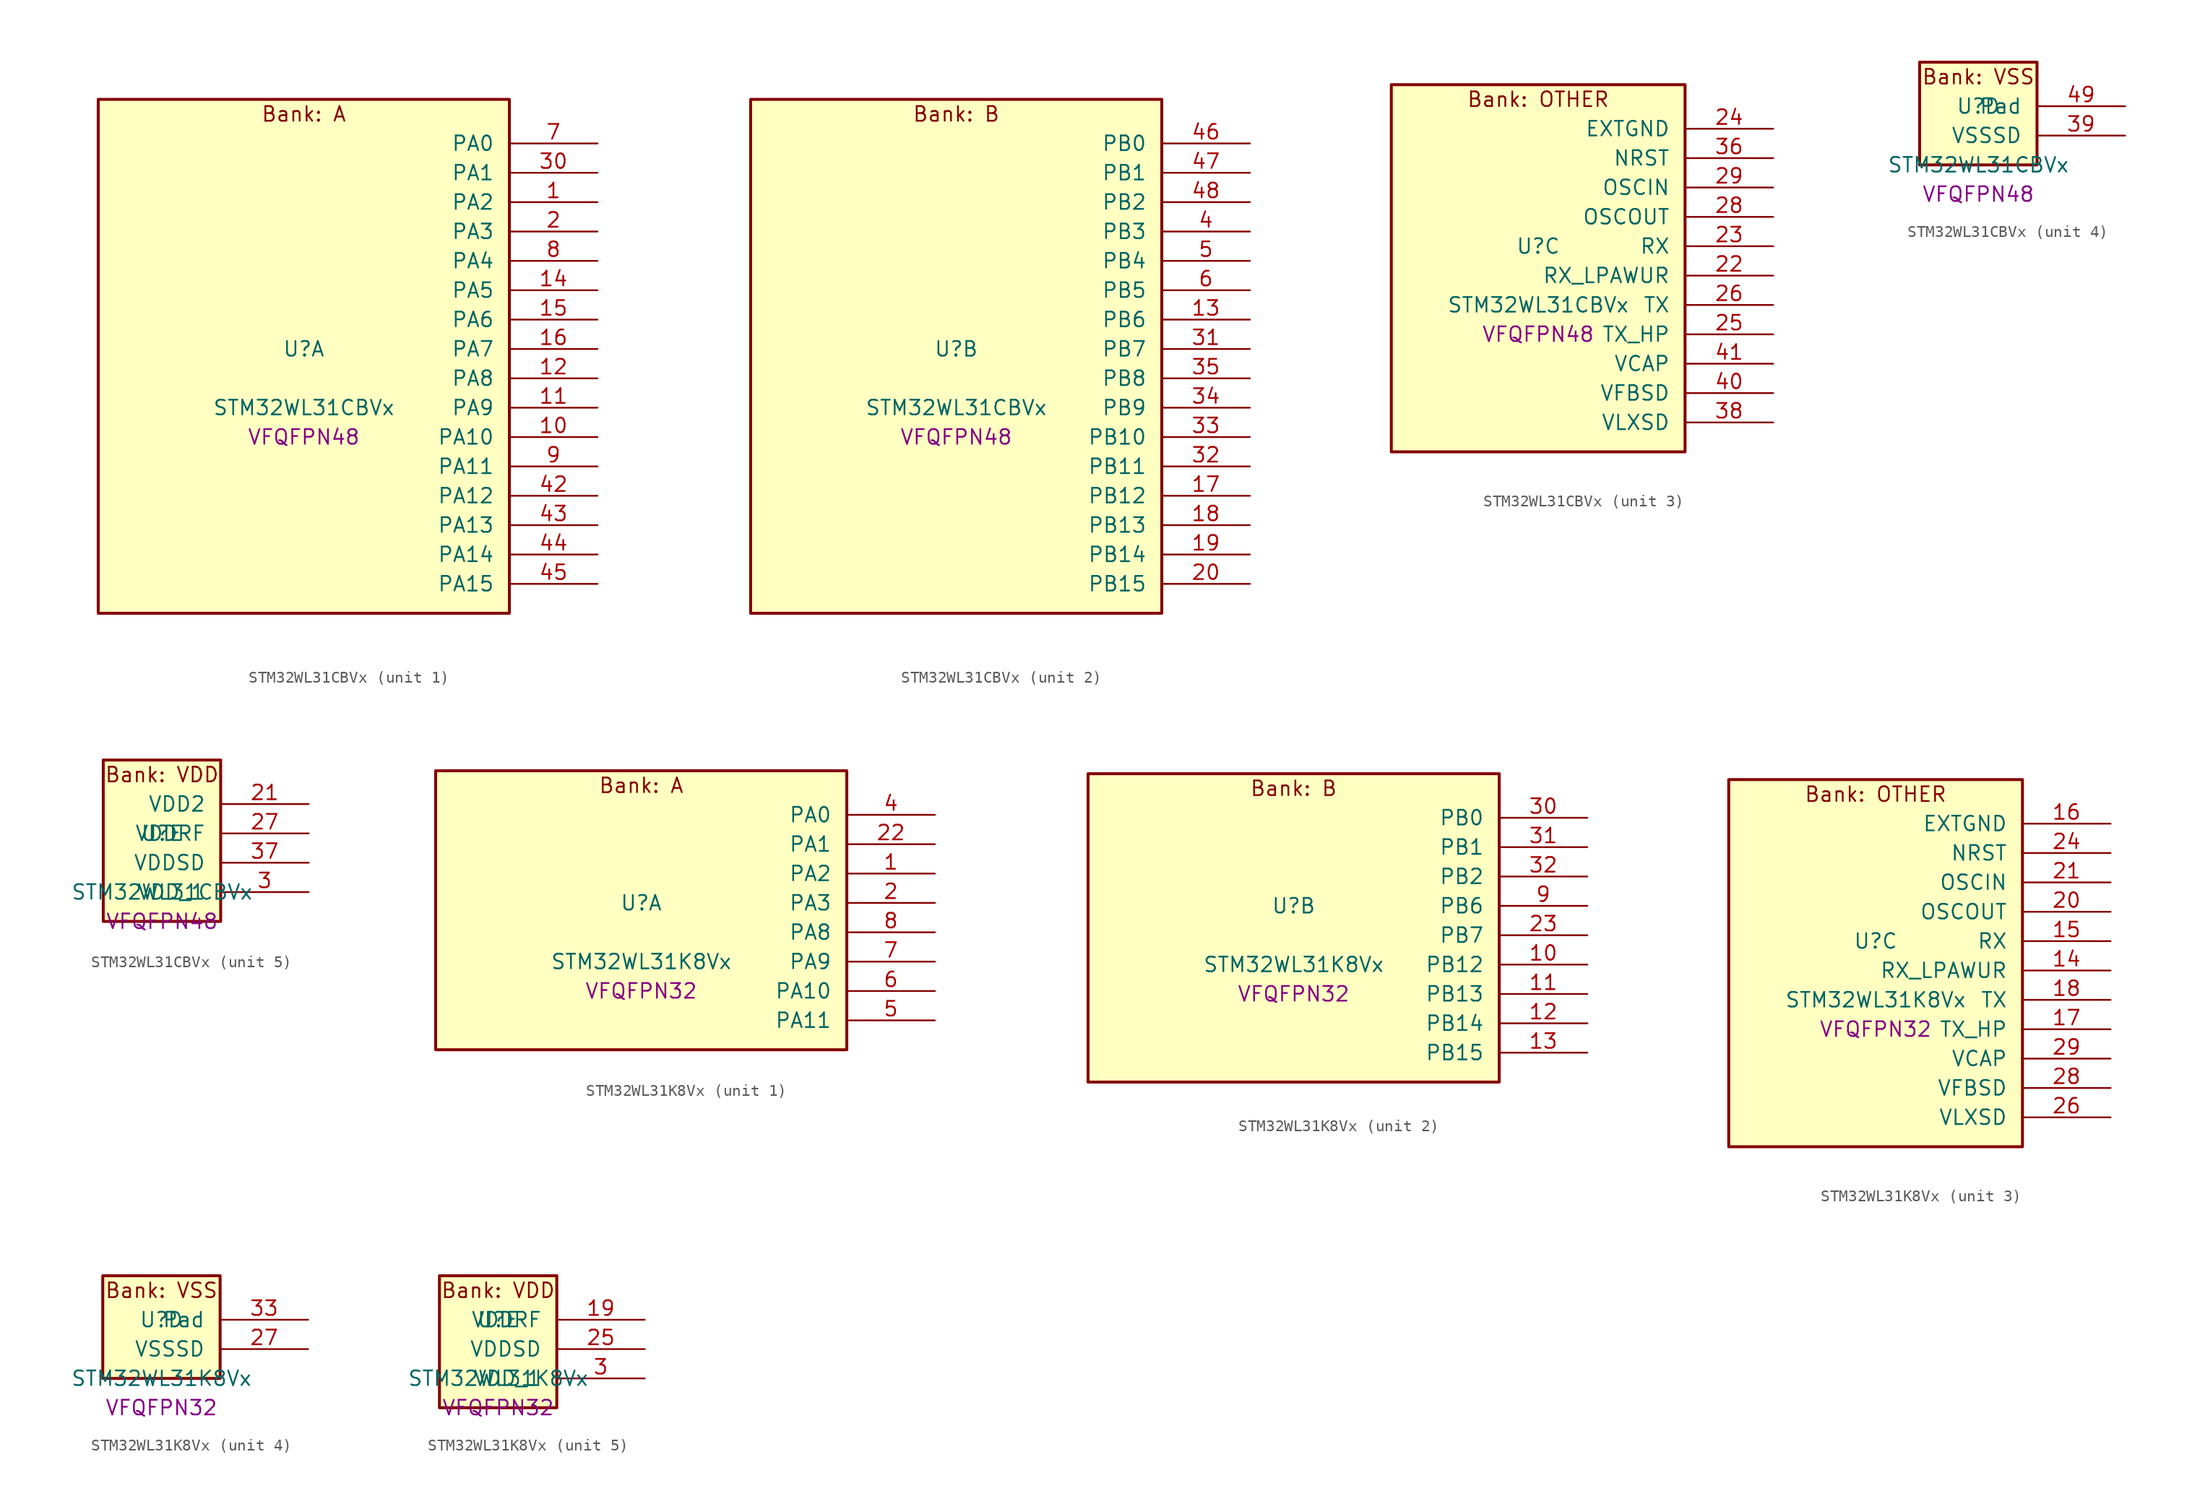
<source format=kicad_sym>
(kicad_symbol_lib
  (version 20241209)
  (generator "stm32_pkl_generator")
  (generator_version "1.0")
  (symbol "STM32WL31CBVx"
    (pin_names
      (offset 1.27))
    (property "Reference" "U"
      (at 0 2.54 0))
    (property "Value" "STM32WL31CBVx"
      (at 0 -2.54 0))
    (property "Footprint" "VFQFPN48"
      (at 0 -5.08 0))
    (symbol "STM32WL31CBVx_1_1"
      (rectangle (start -17.78 24.13) (end 17.78 -20.32) (stroke (width 0.254) (type solid)) (fill (type background)))
      (text "Bank: A" (at 0 22.86 0))
      (pin bidirectional line (at 25.4 20.32 180) (length 7.62) (name "PA0") (number "7") (alternate "PA0/I2C1_SCL" bidirectional line) (alternate "PA0/PWR_WKUP12" bidirectional line) (alternate "PA0/TIM2_CH3" bidirectional line) (alternate "PA0/USART1_CTS" bidirectional line))
      (pin bidirectional line (at 25.4 17.78 180) (length 7.62) (name "PA1") (number "30") (alternate "PA1/I2C1_SDA" bidirectional line) (alternate "PA1/PWR_WKUP13" bidirectional line) (alternate "PA1/TIM16_BRK" bidirectional line) (alternate "PA1/TIM2_CH4" bidirectional line) (alternate "PA1/USART1_TX" bidirectional line))
      (pin bidirectional line (at 25.4 15.24 180) (length 7.62) (name "PA2") (number "1") (alternate "PA2/ADC1_VINM2" bidirectional line) (alternate "PA2/DEBUG_SWDIO" bidirectional line) (alternate "PA2/PWR_WKUP14" bidirectional line) (alternate "PA2/TIM16_CH1" bidirectional line) (alternate "PA2/TIM2_CH1" bidirectional line) (alternate "PA2/USART1_CK" bidirectional line))
      (pin bidirectional line (at 25.4 12.7 180) (length 7.62) (name "PA3") (number "2") (alternate "PA3/ADC1_VINP2" bidirectional line) (alternate "PA3/DEBUG_SWCLK" bidirectional line) (alternate "PA3/PWR_WKUP15" bidirectional line) (alternate "PA3/SPI3_SCK" bidirectional line) (alternate "PA3/TIM16_CH1N" bidirectional line) (alternate "PA3/TIM2_CH2" bidirectional line) (alternate "PA3/USART1_DE" bidirectional line) (alternate "PA3/USART1_RTS" bidirectional line))
      (pin bidirectional line (at 25.4 10.16 180) (length 7.62) (name "PA4") (number "8") (alternate "PA4/LPUART1_TX" bidirectional line) (alternate "PA4/RCC_LCO" bidirectional line) (alternate "PA4/TIM2_CH1" bidirectional line))
      (pin bidirectional line (at 25.4 7.62 180) (length 7.62) (name "PA5") (number "14") (alternate "PA5/LPUART1_RX" bidirectional line) (alternate "PA5/RCC_MCO" bidirectional line) (alternate "PA5/TIM2_CH2" bidirectional line))
      (pin bidirectional line (at 25.4 5.08 180) (length 7.62) (name "PA6") (number "15") (alternate "PA6/TIM2_CH1" bidirectional line) (alternate "PA6/USART1_CTS" bidirectional line))
      (pin bidirectional line (at 25.4 2.54 180) (length 7.62) (name "PA7") (number "16") (alternate "PA7/LPUART1_DE" bidirectional line) (alternate "PA7/LPUART1_RTS" bidirectional line) (alternate "PA7/PWR_WKUP7" bidirectional line) (alternate "PA7/TIM2_CH2" bidirectional line))
      (pin bidirectional line (at 25.4 0 180) (length 7.62) (name "PA8") (number "12") (alternate "PA8/MRSUBG_RX_SEQUENCE" bidirectional line) (alternate "PA8/PWR_WKUP8" bidirectional line) (alternate "PA8/RTC_OUT" bidirectional line) (alternate "PA8/RTC_TAMP1" bidirectional line) (alternate "PA8/RTC_TS" bidirectional line) (alternate "PA8/SPI3_MISO" bidirectional line) (alternate "PA8/TIM2_CH3" bidirectional line) (alternate "PA8/USART1_RX" bidirectional line))
      (pin bidirectional line (at 25.4 -2.54 180) (length 7.62) (name "PA9") (number "11") (alternate "PA9/PWR_WKUP9" bidirectional line) (alternate "PA9/RTC_OUT" bidirectional line) (alternate "PA9/SPI3_NSS" bidirectional line) (alternate "PA9/TIM2_CH4" bidirectional line) (alternate "PA9/USART1_TX" bidirectional line))
      (pin bidirectional line (at 25.4 -5.08 180) (length 7.62) (name "PA10") (number "10") (alternate "PA10/LPUART1_CTS" bidirectional line) (alternate "PA10/MRSUBG_TX_DATA" bidirectional line) (alternate "PA10/MRSUBG_TX_SEQUENCE" bidirectional line) (alternate "PA10/PWR_WKUP10" bidirectional line))
      (pin bidirectional line (at 25.4 -7.62 180) (length 7.62) (name "PA11") (number "9") (alternate "PA11/MRSUBG_RX_SEQUENCE" bidirectional line) (alternate "PA11/MRSUBG_TX_CLOCK" bidirectional line) (alternate "PA11/PWR_WKUP11" bidirectional line) (alternate "PA11/RCC_MCO" bidirectional line) (alternate "PA11/SPI3_MOSI" bidirectional line))
      (pin bidirectional line (at 25.4 -10.16 180) (length 7.62) (name "PA12") (number "42") (alternate "PA12/DEBUG_SWDIO" bidirectional line) (alternate "PA12/I2C1_SMBA" bidirectional line) (alternate "PA12/SPI1_NSS" bidirectional line) (alternate "PA12/TIM2_CH1" bidirectional line))
      (pin bidirectional line (at 25.4 -12.7 180) (length 7.62) (name "PA13") (number "43") (alternate "PA13/DEBUG_SWCLK" bidirectional line) (alternate "PA13/SPI1_SCK" bidirectional line) (alternate "PA13/TIM2_ETR" bidirectional line))
      (pin bidirectional line (at 25.4 -15.24 180) (length 7.62) (name "PA14") (number "44") (alternate "PA14/LCSC_LCB" bidirectional line) (alternate "PA14/SPI1_MISO" bidirectional line))
      (pin bidirectional line (at 25.4 -17.78 180) (length 7.62) (name "PA15") (number "45") (alternate "PA15/SPI1_MOSI" bidirectional line) (alternate "PA15/USART1_RX" bidirectional line)))
    (symbol "STM32WL31CBVx_2_1"
      (rectangle (start -17.78 24.13) (end 17.78 -20.32) (stroke (width 0.254) (type solid)) (fill (type background)))
      (text "Bank: B" (at 0 22.86 0))
      (pin bidirectional line (at 25.4 20.32 180) (length 7.62) (name "PB0") (number "46") (alternate "PB0/ADC1_VINM1" bidirectional line) (alternate "PB0/LPUART1_DE" bidirectional line) (alternate "PB0/LPUART1_RTS" bidirectional line) (alternate "PB0/MRSUBG_ANTENNA_SWITCH" bidirectional line) (alternate "PB0/PWR_WKUP0" bidirectional line) (alternate "PB0/SPI1_NSS" bidirectional line) (alternate "PB0/TIM16_CH1" bidirectional line) (alternate "PB0/USART1_RX" bidirectional line))
      (pin bidirectional line (at 25.4 17.78 180) (length 7.62) (name "PB1") (number "47") (alternate "PB1/ADC1_VINP1" bidirectional line) (alternate "PB1/DEBUG_SWDIO" bidirectional line) (alternate "PB1/MRSUBG_RX_DATA" bidirectional line) (alternate "PB1/PWR_WKUP1" bidirectional line) (alternate "PB1/SPI1_SCK" bidirectional line) (alternate "PB1/TIM16_CH1N" bidirectional line) (alternate "PB1/USART1_CK" bidirectional line))
      (pin bidirectional line (at 25.4 15.24 180) (length 7.62) (name "PB2") (number "48") (alternate "PB2/ADC1_VINM0" bidirectional line) (alternate "PB2/DEBUG_SWCLK" bidirectional line) (alternate "PB2/MRSUBG_RX_CLOCK" bidirectional line) (alternate "PB2/PWR_WKUP2" bidirectional line) (alternate "PB2/SPI1_MISO" bidirectional line) (alternate "PB2/TIM16_BRK" bidirectional line) (alternate "PB2/USART1_DE" bidirectional line) (alternate "PB2/USART1_RTS" bidirectional line))
      (pin bidirectional line (at 25.4 12.7 180) (length 7.62) (name "PB3") (number "4") (alternate "PB3/ADC1_VINP0" bidirectional line) (alternate "PB3/LPUART1_TX" bidirectional line) (alternate "PB3/PWR_WKUP3" bidirectional line) (alternate "PB3/SPI1_MOSI" bidirectional line) (alternate "PB3/TIM2_CH4" bidirectional line) (alternate "PB3/USART1_CTS" bidirectional line))
      (pin bidirectional line (at 25.4 10.16 180) (length 7.62) (name "PB4") (number "5") (alternate "PB4/ADC1_VINM3" bidirectional line) (alternate "PB4/DAC1_VCMBUFF" bidirectional line) (alternate "PB4/LPUART1_TX" bidirectional line) (alternate "PB4/PWR_WKUP4" bidirectional line) (alternate "PB4/SPI3_MISO" bidirectional line))
      (pin bidirectional line (at 25.4 7.62 180) (length 7.62) (name "PB5") (number "6") (alternate "PB5/ADC1_VINP3" bidirectional line) (alternate "PB5/LPUART1_RX" bidirectional line) (alternate "PB5/PWR_WKUP5" bidirectional line) (alternate "PB5/SPI3_NSS" bidirectional line))
      (pin bidirectional line (at 25.4 5.08 180) (length 7.62) (name "PB6") (number "13") (alternate "PB6/I2C1_SCL" bidirectional line) (alternate "PB6/LPUART1_TX" bidirectional line) (alternate "PB6/PWR_WKUP6" bidirectional line) (alternate "PB6/SPI3_SCK" bidirectional line) (alternate "PB6/TIM2_CH3" bidirectional line))
      (pin bidirectional line (at 25.4 2.54 180) (length 7.62) (name "PB7") (number "31") (alternate "PB7/I2C1_SDA" bidirectional line) (alternate "PB7/LPUART1_RX" bidirectional line) (alternate "PB7/PWR_WKUP7" bidirectional line) (alternate "PB7/SPI3_MOSI" bidirectional line) (alternate "PB7/TIM2_ETR" bidirectional line))
      (pin bidirectional line (at 25.4 0 180) (length 7.62) (name "PB8") (number "35") (alternate "PB8/LPUART1_RX" bidirectional line) (alternate "PB8/SPI1_MISO" bidirectional line) (alternate "PB8/TIM2_CH4" bidirectional line) (alternate "PB8/USART1_CK" bidirectional line))
      (pin bidirectional line (at 25.4 -2.54 180) (length 7.62) (name "PB9") (number "34") (alternate "PB9/LPUART1_CTS" bidirectional line) (alternate "PB9/SPI1_MOSI" bidirectional line) (alternate "PB9/USART1_TX" bidirectional line))
      (pin bidirectional line (at 25.4 -5.08 180) (length 7.62) (name "PB10") (number "33") (alternate "PB10/I2C1_SDA" bidirectional line) (alternate "PB10/SPI1_NSS" bidirectional line) (alternate "PB10/TIM2_CH2" bidirectional line))
      (pin bidirectional line (at 25.4 -7.62 180) (length 7.62) (name "PB11") (number "32") (alternate "PB11/I2C1_SCL" bidirectional line) (alternate "PB11/SPI1_SCK" bidirectional line) (alternate "PB11/TIM2_CH1" bidirectional line) (alternate "PB11/USART1_DE" bidirectional line) (alternate "PB11/USART1_RTS" bidirectional line))
      (pin bidirectional line (at 25.4 -10.16 180) (length 7.62) (name "PB12") (number "17") (alternate "PB12/LPUART1_CTS" bidirectional line) (alternate "PB12/RCC_LCO" bidirectional line) (alternate "PB12/RCC_OSC32_OUT" bidirectional line) (alternate "PB12/TIM2_CH3" bidirectional line) (alternate "PB12/USART1_DE" bidirectional line) (alternate "PB12/USART1_RTS" bidirectional line))
      (pin bidirectional line (at 25.4 -12.7 180) (length 7.62) (name "PB13") (number "18") (alternate "PB13/RCC_OSC32_IN" bidirectional line) (alternate "PB13/TIM2_CH4" bidirectional line))
      (pin bidirectional line (at 25.4 -15.24 180) (length 7.62) (name "PB14") (number "19") (alternate "PB14/I2C1_SMBA" bidirectional line) (alternate "PB14/MRSUBG_TX_SEQUENCE" bidirectional line) (alternate "PB14/PWR_PVD_IN" bidirectional line) (alternate "PB14/RCC_MCO" bidirectional line) (alternate "PB14/TIM2_ETR" bidirectional line) (alternate "PB14/USART1_RX" bidirectional line))
      (pin bidirectional line (at 25.4 -17.78 180) (length 7.62) (name "PB15") (number "20") (alternate "PB15/USART1_TX" bidirectional line)))
    (symbol "STM32WL31CBVx_3_1"
      (rectangle (start -12.7 16.51) (end 12.7 -15.24) (stroke (width 0.254) (type solid)) (fill (type background)))
      (text "Bank: OTHER" (at 0 15.24 0))
      (pin power_in line (at 20.32 12.7 180) (length 7.62) (name "EXTGND") (number "24"))
      (pin input line (at 20.32 10.16 180) (length 7.62) (name "NRST") (number "36"))
      (pin bidirectional line (at 20.32 7.62 180) (length 7.62) (name "OSCIN") (number "29") (alternate "OSCIN/RCC_OSC_IN" bidirectional line))
      (pin bidirectional line (at 20.32 5.08 180) (length 7.62) (name "OSCOUT") (number "28") (alternate "OSCOUT/RCC_OSC_OUT" bidirectional line))
      (pin input line (at 20.32 2.54 180) (length 7.62) (name "RX") (number "23"))
      (pin input line (at 20.32 0 180) (length 7.62) (name "RX_LPAWUR") (number "22"))
      (pin input line (at 20.32 -2.54 180) (length 7.62) (name "TX") (number "26"))
      (pin input line (at 20.32 -5.08 180) (length 7.62) (name "TX_HP") (number "25"))
      (pin power_in line (at 20.32 -7.62 180) (length 7.62) (name "VCAP") (number "41"))
      (pin power_in line (at 20.32 -10.16 180) (length 7.62) (name "VFBSD") (number "40"))
      (pin power_in line (at 20.32 -12.7 180) (length 7.62) (name "VLXSD") (number "38")))
    (symbol "STM32WL31CBVx_4_1"
      (rectangle (start -5.08 6.35) (end 5.08 -2.54) (stroke (width 0.254) (type solid)) (fill (type background)))
      (text "Bank: VSS" (at 0 5.08 0))
      (pin passive line (at 12.7 2.54 180) (length 7.62) (name "Pad") (number "49"))
      (pin power_in line (at 12.7 0 180) (length 7.62) (name "VSSSD") (number "39")))
    (symbol "STM32WL31CBVx_5_1"
      (rectangle (start -5.08 8.89) (end 5.08 -5.08) (stroke (width 0.254) (type solid)) (fill (type background)))
      (text "Bank: VDD" (at 0 7.62 0))
      (pin power_in line (at 12.7 5.08 180) (length 7.62) (name "VDD2") (number "21"))
      (pin power_in line (at 12.7 2.54 180) (length 7.62) (name "VDDRF") (number "27"))
      (pin power_in line (at 12.7 0 180) (length 7.62) (name "VDDSD") (number "37"))
      (pin power_in line (at 12.7 -2.54 180) (length 7.62) (name "VDD_1") (number "3"))))
  (symbol "STM32WL31K8Vx"
    (pin_names
      (offset 1.27))
    (property "Reference" "U"
      (at 0 2.54 0))
    (property "Value" "STM32WL31K8Vx"
      (at 0 -2.54 0))
    (property "Footprint" "VFQFPN32"
      (at 0 -5.08 0))
    (symbol "STM32WL31K8Vx_1_1"
      (rectangle (start -17.78 13.97) (end 17.78 -10.16) (stroke (width 0.254) (type solid)) (fill (type background)))
      (text "Bank: A" (at 0 12.7 0))
      (pin bidirectional line (at 25.4 10.16 180) (length 7.62) (name "PA0") (number "4") (alternate "PA0/I2C1_SCL" bidirectional line) (alternate "PA0/PWR_WKUP12" bidirectional line) (alternate "PA0/TIM2_CH3" bidirectional line) (alternate "PA0/USART1_CTS" bidirectional line))
      (pin bidirectional line (at 25.4 7.62 180) (length 7.62) (name "PA1") (number "22") (alternate "PA1/I2C1_SDA" bidirectional line) (alternate "PA1/PWR_WKUP13" bidirectional line) (alternate "PA1/TIM16_BRK" bidirectional line) (alternate "PA1/TIM2_CH4" bidirectional line) (alternate "PA1/USART1_TX" bidirectional line))
      (pin bidirectional line (at 25.4 5.08 180) (length 7.62) (name "PA2") (number "1") (alternate "PA2/ADC1_VINM2" bidirectional line) (alternate "PA2/DEBUG_SWDIO" bidirectional line) (alternate "PA2/PWR_WKUP14" bidirectional line) (alternate "PA2/TIM16_CH1" bidirectional line) (alternate "PA2/TIM2_CH1" bidirectional line) (alternate "PA2/USART1_CK" bidirectional line))
      (pin bidirectional line (at 25.4 2.54 180) (length 7.62) (name "PA3") (number "2") (alternate "PA3/ADC1_VINP2" bidirectional line) (alternate "PA3/DEBUG_SWCLK" bidirectional line) (alternate "PA3/PWR_WKUP15" bidirectional line) (alternate "PA3/SPI3_SCK" bidirectional line) (alternate "PA3/TIM16_CH1N" bidirectional line) (alternate "PA3/TIM2_CH2" bidirectional line) (alternate "PA3/USART1_DE" bidirectional line) (alternate "PA3/USART1_RTS" bidirectional line))
      (pin bidirectional line (at 25.4 0 180) (length 7.62) (name "PA8") (number "8") (alternate "PA8/MRSUBG_RX_SEQUENCE" bidirectional line) (alternate "PA8/PWR_WKUP8" bidirectional line) (alternate "PA8/RTC_OUT" bidirectional line) (alternate "PA8/RTC_TAMP1" bidirectional line) (alternate "PA8/RTC_TS" bidirectional line) (alternate "PA8/SPI3_MISO" bidirectional line) (alternate "PA8/TIM2_CH3" bidirectional line) (alternate "PA8/USART1_RX" bidirectional line))
      (pin bidirectional line (at 25.4 -2.54 180) (length 7.62) (name "PA9") (number "7") (alternate "PA9/PWR_WKUP9" bidirectional line) (alternate "PA9/RTC_OUT" bidirectional line) (alternate "PA9/SPI3_NSS" bidirectional line) (alternate "PA9/TIM2_CH4" bidirectional line) (alternate "PA9/USART1_TX" bidirectional line))
      (pin bidirectional line (at 25.4 -5.08 180) (length 7.62) (name "PA10") (number "6") (alternate "PA10/LPUART1_CTS" bidirectional line) (alternate "PA10/MRSUBG_TX_DATA" bidirectional line) (alternate "PA10/MRSUBG_TX_SEQUENCE" bidirectional line) (alternate "PA10/PWR_WKUP10" bidirectional line))
      (pin bidirectional line (at 25.4 -7.62 180) (length 7.62) (name "PA11") (number "5") (alternate "PA11/MRSUBG_RX_SEQUENCE" bidirectional line) (alternate "PA11/MRSUBG_TX_CLOCK" bidirectional line) (alternate "PA11/PWR_WKUP11" bidirectional line) (alternate "PA11/RCC_MCO" bidirectional line) (alternate "PA11/SPI3_MOSI" bidirectional line)))
    (symbol "STM32WL31K8Vx_2_1"
      (rectangle (start -17.78 13.97) (end 17.78 -12.7) (stroke (width 0.254) (type solid)) (fill (type background)))
      (text "Bank: B" (at 0 12.7 0))
      (pin bidirectional line (at 25.4 10.16 180) (length 7.62) (name "PB0") (number "30") (alternate "PB0/ADC1_VINM1" bidirectional line) (alternate "PB0/LPUART1_DE" bidirectional line) (alternate "PB0/LPUART1_RTS" bidirectional line) (alternate "PB0/MRSUBG_ANTENNA_SWITCH" bidirectional line) (alternate "PB0/PWR_WKUP0" bidirectional line) (alternate "PB0/TIM16_CH1" bidirectional line) (alternate "PB0/USART1_RX" bidirectional line))
      (pin bidirectional line (at 25.4 7.62 180) (length 7.62) (name "PB1") (number "31") (alternate "PB1/ADC1_VINP1" bidirectional line) (alternate "PB1/DEBUG_SWDIO" bidirectional line) (alternate "PB1/MRSUBG_RX_DATA" bidirectional line) (alternate "PB1/PWR_WKUP1" bidirectional line) (alternate "PB1/TIM16_CH1N" bidirectional line) (alternate "PB1/USART1_CK" bidirectional line))
      (pin bidirectional line (at 25.4 5.08 180) (length 7.62) (name "PB2") (number "32") (alternate "PB2/ADC1_VINM0" bidirectional line) (alternate "PB2/DEBUG_SWCLK" bidirectional line) (alternate "PB2/MRSUBG_RX_CLOCK" bidirectional line) (alternate "PB2/PWR_WKUP2" bidirectional line) (alternate "PB2/TIM16_BRK" bidirectional line) (alternate "PB2/USART1_DE" bidirectional line) (alternate "PB2/USART1_RTS" bidirectional line))
      (pin bidirectional line (at 25.4 2.54 180) (length 7.62) (name "PB6") (number "9") (alternate "PB6/I2C1_SCL" bidirectional line) (alternate "PB6/LPUART1_TX" bidirectional line) (alternate "PB6/PWR_WKUP6" bidirectional line) (alternate "PB6/SPI3_SCK" bidirectional line) (alternate "PB6/TIM2_CH3" bidirectional line))
      (pin bidirectional line (at 25.4 0 180) (length 7.62) (name "PB7") (number "23") (alternate "PB7/I2C1_SDA" bidirectional line) (alternate "PB7/LPUART1_RX" bidirectional line) (alternate "PB7/PWR_WKUP7" bidirectional line) (alternate "PB7/SPI3_MOSI" bidirectional line) (alternate "PB7/TIM2_ETR" bidirectional line))
      (pin bidirectional line (at 25.4 -2.54 180) (length 7.62) (name "PB12") (number "10") (alternate "PB12/LPUART1_CTS" bidirectional line) (alternate "PB12/RCC_LCO" bidirectional line) (alternate "PB12/RCC_OSC32_OUT" bidirectional line) (alternate "PB12/TIM2_CH3" bidirectional line) (alternate "PB12/USART1_DE" bidirectional line) (alternate "PB12/USART1_RTS" bidirectional line))
      (pin bidirectional line (at 25.4 -5.08 180) (length 7.62) (name "PB13") (number "11") (alternate "PB13/RCC_OSC32_IN" bidirectional line) (alternate "PB13/TIM2_CH4" bidirectional line))
      (pin bidirectional line (at 25.4 -7.62 180) (length 7.62) (name "PB14") (number "12") (alternate "PB14/I2C1_SMBA" bidirectional line) (alternate "PB14/MRSUBG_TX_SEQUENCE" bidirectional line) (alternate "PB14/PWR_PVD_IN" bidirectional line) (alternate "PB14/RCC_MCO" bidirectional line) (alternate "PB14/TIM2_ETR" bidirectional line) (alternate "PB14/USART1_RX" bidirectional line))
      (pin bidirectional line (at 25.4 -10.16 180) (length 7.62) (name "PB15") (number "13") (alternate "PB15/USART1_TX" bidirectional line)))
    (symbol "STM32WL31K8Vx_3_1"
      (rectangle (start -12.7 16.51) (end 12.7 -15.24) (stroke (width 0.254) (type solid)) (fill (type background)))
      (text "Bank: OTHER" (at 0 15.24 0))
      (pin power_in line (at 20.32 12.7 180) (length 7.62) (name "EXTGND") (number "16"))
      (pin input line (at 20.32 10.16 180) (length 7.62) (name "NRST") (number "24"))
      (pin bidirectional line (at 20.32 7.62 180) (length 7.62) (name "OSCIN") (number "21") (alternate "OSCIN/RCC_OSC_IN" bidirectional line))
      (pin bidirectional line (at 20.32 5.08 180) (length 7.62) (name "OSCOUT") (number "20") (alternate "OSCOUT/RCC_OSC_OUT" bidirectional line))
      (pin input line (at 20.32 2.54 180) (length 7.62) (name "RX") (number "15"))
      (pin input line (at 20.32 0 180) (length 7.62) (name "RX_LPAWUR") (number "14"))
      (pin input line (at 20.32 -2.54 180) (length 7.62) (name "TX") (number "18"))
      (pin input line (at 20.32 -5.08 180) (length 7.62) (name "TX_HP") (number "17"))
      (pin power_in line (at 20.32 -7.62 180) (length 7.62) (name "VCAP") (number "29"))
      (pin power_in line (at 20.32 -10.16 180) (length 7.62) (name "VFBSD") (number "28"))
      (pin power_in line (at 20.32 -12.7 180) (length 7.62) (name "VLXSD") (number "26")))
    (symbol "STM32WL31K8Vx_4_1"
      (rectangle (start -5.08 6.35) (end 5.08 -2.54) (stroke (width 0.254) (type solid)) (fill (type background)))
      (text "Bank: VSS" (at 0 5.08 0))
      (pin passive line (at 12.7 2.54 180) (length 7.62) (name "Pad") (number "33"))
      (pin power_in line (at 12.7 0 180) (length 7.62) (name "VSSSD") (number "27")))
    (symbol "STM32WL31K8Vx_5_1"
      (rectangle (start -5.08 6.35) (end 5.08 -5.08) (stroke (width 0.254) (type solid)) (fill (type background)))
      (text "Bank: VDD" (at 0 5.08 0))
      (pin power_in line (at 12.7 2.54 180) (length 7.62) (name "VDDRF") (number "19"))
      (pin power_in line (at 12.7 0 180) (length 7.62) (name "VDDSD") (number "25"))
      (pin power_in line (at 12.7 -2.54 180) (length 7.62) (name "VDD_1") (number "3")))))
</source>
